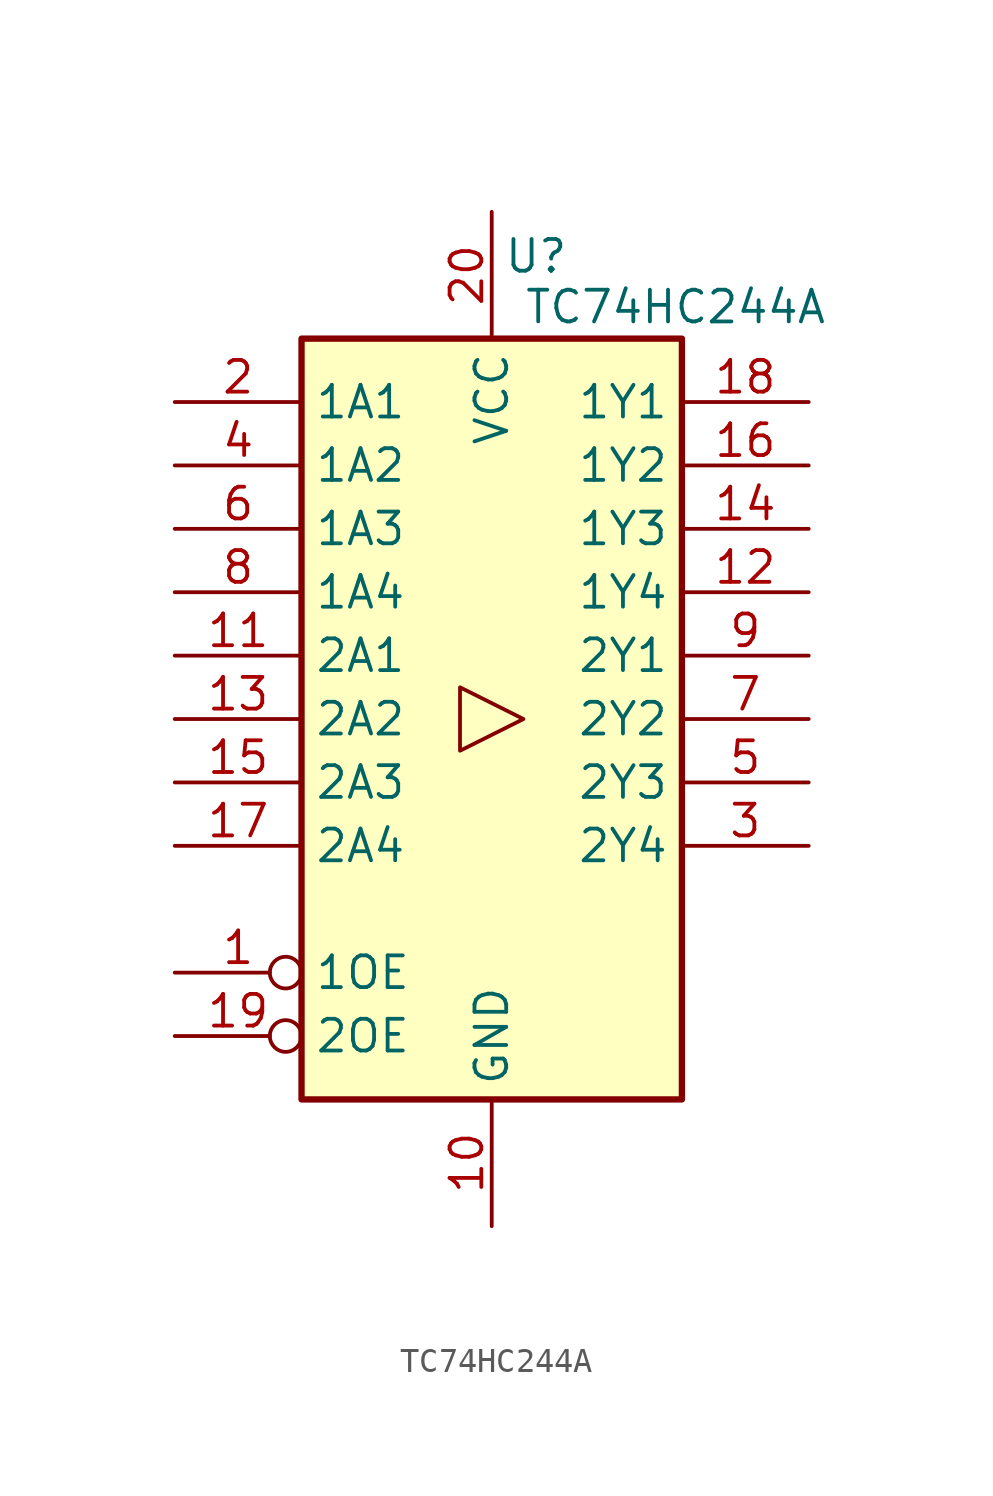
<source format=kicad_sym>
(kicad_symbol_lib
  (version 20241209)
  (generator "kicad_symbol_editor")
  (generator_version "9.0")
  (symbol "TC74HC244A"
    (property "Reference" "U"
      (at 1.778 18.542 0)
      (effects (font (size 1.27 1.27))))
    (property "Value" "TC74HC244A"
      (at 7.366 16.51 0)
      (effects (font (size 1.27 1.27))))
    (symbol "TC74HC244A_1_0"
      (polyline (pts (xy 1.27 0) (xy -1.27 1.27) (xy -1.27 -1.27) (xy 1.27 0)) (stroke (width 0.152) (type default)) (fill (type none)))
      (pin input line (at -12.7 12.7 0) (length 5.08) (name "1A1" (effects (font (size 1.27 1.27)))) (number "2" (effects (font (size 1.27 1.27)))))
      (pin input line (at -12.7 10.16 0) (length 5.08) (name "1A2" (effects (font (size 1.27 1.27)))) (number "4" (effects (font (size 1.27 1.27)))))
      (pin input line (at -12.7 7.62 0) (length 5.08) (name "1A3" (effects (font (size 1.27 1.27)))) (number "6" (effects (font (size 1.27 1.27)))))
      (pin input line (at -12.7 5.08 0) (length 5.08) (name "1A4" (effects (font (size 1.27 1.27)))) (number "8" (effects (font (size 1.27 1.27)))))
      (pin input line (at -12.7 2.54 0) (length 5.08) (name "2A1" (effects (font (size 1.27 1.27)))) (number "11" (effects (font (size 1.27 1.27)))))
      (pin input line (at -12.7 0 0) (length 5.08) (name "2A2" (effects (font (size 1.27 1.27)))) (number "13" (effects (font (size 1.27 1.27)))))
      (pin input line (at -12.7 -2.54 0) (length 5.08) (name "2A3" (effects (font (size 1.27 1.27)))) (number "15" (effects (font (size 1.27 1.27)))))
      (pin input line (at -12.7 -5.08 0) (length 5.08) (name "2A4" (effects (font (size 1.27 1.27)))) (number "17" (effects (font (size 1.27 1.27)))))
      (pin input inverted (at -12.7 -10.16 0) (length 5.08) (name "1OE" (effects (font (size 1.27 1.27)))) (number "1" (effects (font (size 1.27 1.27)))))
      (pin input inverted (at -12.7 -12.7 0) (length 5.08) (name "2OE" (effects (font (size 1.27 1.27)))) (number "19" (effects (font (size 1.27 1.27)))))
      (pin power_in line (at 0 20.32 270) (length 5.08) (name "VCC" (effects (font (size 1.27 1.27)))) (number "20" (effects (font (size 1.27 1.27)))))
      (pin power_in line (at 0 -20.32 90) (length 5.08) (name "GND" (effects (font (size 1.27 1.27)))) (number "10" (effects (font (size 1.27 1.27)))))
      (pin tri_state line (at 12.7 12.7 180) (length 5.08) (name "1Y1" (effects (font (size 1.27 1.27)))) (number "18" (effects (font (size 1.27 1.27)))))
      (pin tri_state line (at 12.7 10.16 180) (length 5.08) (name "1Y2" (effects (font (size 1.27 1.27)))) (number "16" (effects (font (size 1.27 1.27)))))
      (pin tri_state line (at 12.7 7.62 180) (length 5.08) (name "1Y3" (effects (font (size 1.27 1.27)))) (number "14" (effects (font (size 1.27 1.27)))))
      (pin tri_state line (at 12.7 5.08 180) (length 5.08) (name "1Y4" (effects (font (size 1.27 1.27)))) (number "12" (effects (font (size 1.27 1.27)))))
      (pin tri_state line (at 12.7 2.54 180) (length 5.08) (name "2Y1" (effects (font (size 1.27 1.27)))) (number "9" (effects (font (size 1.27 1.27)))))
      (pin tri_state line (at 12.7 0 180) (length 5.08) (name "2Y2" (effects (font (size 1.27 1.27)))) (number "7" (effects (font (size 1.27 1.27)))))
      (pin tri_state line (at 12.7 -2.54 180) (length 5.08) (name "2Y3" (effects (font (size 1.27 1.27)))) (number "5" (effects (font (size 1.27 1.27)))))
      (pin tri_state line (at 12.7 -5.08 180) (length 5.08) (name "2Y4" (effects (font (size 1.27 1.27)))) (number "3" (effects (font (size 1.27 1.27))))))
    (symbol "TC74HC244A_1_1"
      (rectangle (start -7.62 15.24) (end 7.62 -15.24) (stroke (width 0.254) (type default)) (fill (type background))))))
</source>
